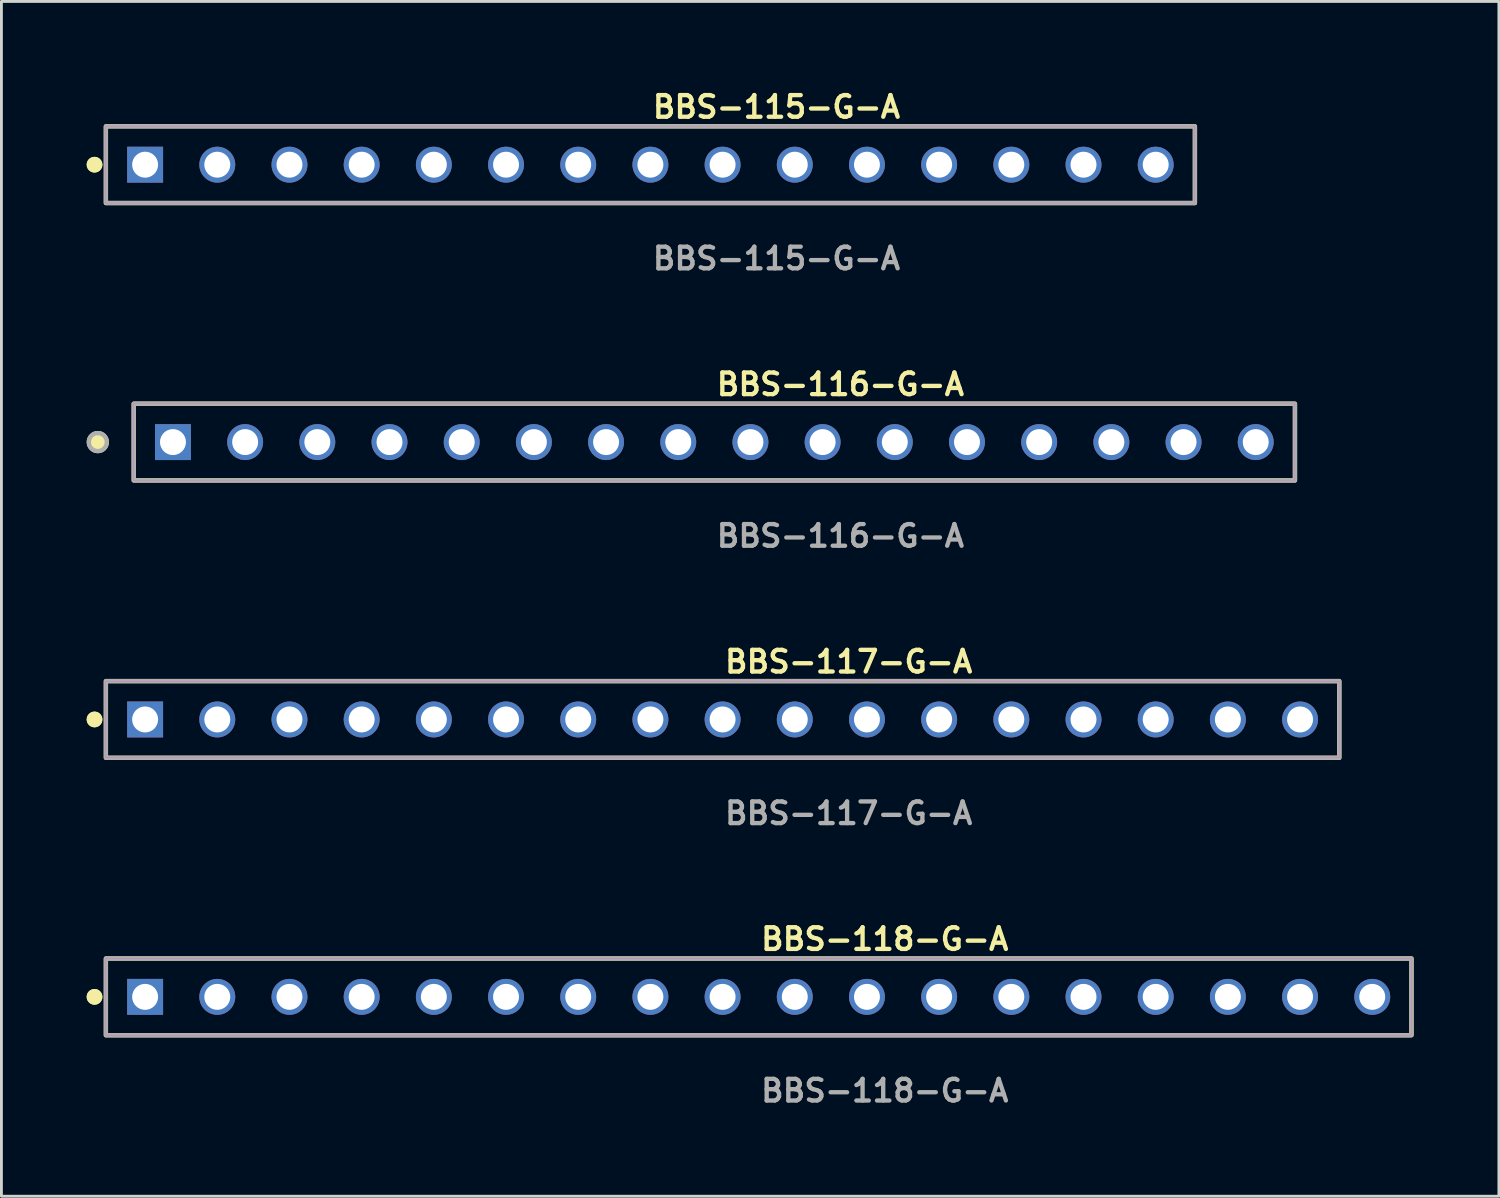
<source format=kicad_pcb>
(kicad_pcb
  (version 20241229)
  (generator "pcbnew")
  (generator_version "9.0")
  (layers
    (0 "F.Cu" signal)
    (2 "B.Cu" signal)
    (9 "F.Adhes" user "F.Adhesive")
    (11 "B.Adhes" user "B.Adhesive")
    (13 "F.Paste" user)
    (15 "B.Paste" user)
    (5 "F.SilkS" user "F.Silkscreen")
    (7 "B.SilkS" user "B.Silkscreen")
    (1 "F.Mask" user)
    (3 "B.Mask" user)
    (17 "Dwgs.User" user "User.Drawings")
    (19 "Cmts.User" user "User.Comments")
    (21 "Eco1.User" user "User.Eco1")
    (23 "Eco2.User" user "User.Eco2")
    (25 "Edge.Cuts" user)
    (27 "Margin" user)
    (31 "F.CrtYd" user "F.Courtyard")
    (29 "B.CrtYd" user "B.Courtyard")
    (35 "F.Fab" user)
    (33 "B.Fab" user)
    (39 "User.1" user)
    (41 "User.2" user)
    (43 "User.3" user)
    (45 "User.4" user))
  (footprint "BBS-118-G-A"
    (layer "F.Cu")
    (at 23.646 32.027)
    (property "Reference" "BBS-118-G-A" (at 0 -2.032 0) (unlocked yes) (layer "F.SilkS") (effects (font (size 0.762 0.762) (thickness 0.152)) (justify left)))
    (fp_rect (start -22.97 1.35) (end 22.97 -1.35) (stroke (width 0.152) (type solid)) (fill no) (layer "F.SilkS"))
    (fp_circle (center -23.37 0) (end -23.57 0) (stroke (width 0.152) (type solid)) (fill yes) (layer "F.SilkS"))
    (fp_circle (center -23.37 0) (end -23.57 0) (stroke (width 0.152) (type solid)) (fill yes) (layer "F.SilkS"))
    (fp_rect (start -22.97 1.35) (end 22.97 -1.35) (stroke (width 0.006) (type solid)) (fill no) (layer "F.CrtYd"))
    (fp_rect (start -22.97 1.35) (end 22.97 -1.35) (stroke (width 0.152) (type solid)) (fill no) (layer "F.Fab"))
    (fp_text user "${REFERENCE}" (at 0 3.302 0) (unlocked yes) (layer "F.Fab") (effects (font (size 0.762 0.762) (thickness 0.152)) (justify left)))
    (pad "1" thru_hole rect (at -21.59 0) (size 1.264 1.264) (drill 0.914) (layers "*.Cu" "*.Mask"))
    (pad "2" thru_hole circle (at -19.05 0) (size 1.264 1.264) (drill 0.914) (layers "*.Cu" "*.Mask"))
    (pad "3" thru_hole circle (at -16.51 0) (size 1.264 1.264) (drill 0.914) (layers "*.Cu" "*.Mask"))
    (pad "4" thru_hole circle (at -13.97 0) (size 1.264 1.264) (drill 0.914) (layers "*.Cu" "*.Mask"))
    (pad "5" thru_hole circle (at -11.43 0) (size 1.264 1.264) (drill 0.914) (layers "*.Cu" "*.Mask"))
    (pad "6" thru_hole circle (at -8.89 0) (size 1.264 1.264) (drill 0.914) (layers "*.Cu" "*.Mask"))
    (pad "7" thru_hole circle (at -6.35 0) (size 1.264 1.264) (drill 0.914) (layers "*.Cu" "*.Mask"))
    (pad "8" thru_hole circle (at -3.81 0) (size 1.264 1.264) (drill 0.914) (layers "*.Cu" "*.Mask"))
    (pad "9" thru_hole circle (at -1.27 0) (size 1.264 1.264) (drill 0.914) (layers "*.Cu" "*.Mask"))
    (pad "10" thru_hole circle (at 1.27 0) (size 1.264 1.264) (drill 0.914) (layers "*.Cu" "*.Mask"))
    (pad "11" thru_hole circle (at 3.81 0) (size 1.264 1.264) (drill 0.914) (layers "*.Cu" "*.Mask"))
    (pad "12" thru_hole circle (at 6.35 0) (size 1.264 1.264) (drill 0.914) (layers "*.Cu" "*.Mask"))
    (pad "13" thru_hole circle (at 8.89 0) (size 1.264 1.264) (drill 0.914) (layers "*.Cu" "*.Mask"))
    (pad "14" thru_hole circle (at 11.43 0) (size 1.264 1.264) (drill 0.914) (layers "*.Cu" "*.Mask"))
    (pad "15" thru_hole circle (at 13.97 0) (size 1.264 1.264) (drill 0.914) (layers "*.Cu" "*.Mask"))
    (pad "16" thru_hole circle (at 16.51 0) (size 1.264 1.264) (drill 0.914) (layers "*.Cu" "*.Mask"))
    (pad "17" thru_hole circle (at 19.05 0) (size 1.264 1.264) (drill 0.914) (layers "*.Cu" "*.Mask"))
    (pad "18" thru_hole circle (at 21.59 0) (size 1.264 1.264) (drill 0.914) (layers "*.Cu" "*.Mask")))
  (footprint "BBS-116-G-A"
    (layer "F.Cu")
    (at 22.086 12.506)
    (property "Reference" "BBS-116-G-A" (at 0 -2.032 0) (unlocked yes) (layer "F.SilkS") (effects (font (size 0.762 0.762) (thickness 0.152)) (justify left)))
    (fp_rect (start -20.43 1.35) (end 20.43 -1.35) (stroke (width 0.152) (type solid)) (fill no) (layer "F.SilkS"))
    (fp_circle (center -21.694 0) (end -22.01 0) (stroke (width 0.152) (type solid)) (fill yes) (layer "F.SilkS"))
    (fp_rect (start -20.43 1.35) (end 20.43 -1.35) (stroke (width 0.006) (type solid)) (fill no) (layer "F.CrtYd"))
    (fp_rect (start -20.43 1.35) (end 20.43 -1.35) (stroke (width 0.152) (type solid)) (fill no) (layer "F.Fab"))
    (fp_circle (center -21.694 0) (end -22.01 0) (stroke (width 0.152) (type solid)) (fill no) (layer "F.Fab"))
    (fp_text user "${REFERENCE}" (at 0 3.302 0) (unlocked yes) (layer "F.Fab") (effects (font (size 0.762 0.762) (thickness 0.152)) (justify left)))
    (pad "1" thru_hole rect (at -19.05 0) (size 1.264 1.264) (drill 0.914) (layers "*.Cu" "*.Mask"))
    (pad "2" thru_hole circle (at -16.51 0) (size 1.264 1.264) (drill 0.914) (layers "*.Cu" "*.Mask"))
    (pad "3" thru_hole circle (at -13.97 0) (size 1.264 1.264) (drill 0.914) (layers "*.Cu" "*.Mask"))
    (pad "4" thru_hole circle (at -11.43 0) (size 1.264 1.264) (drill 0.914) (layers "*.Cu" "*.Mask"))
    (pad "5" thru_hole circle (at -8.89 0) (size 1.264 1.264) (drill 0.914) (layers "*.Cu" "*.Mask"))
    (pad "6" thru_hole circle (at -6.35 0) (size 1.264 1.264) (drill 0.914) (layers "*.Cu" "*.Mask"))
    (pad "7" thru_hole circle (at -3.81 0) (size 1.264 1.264) (drill 0.914) (layers "*.Cu" "*.Mask"))
    (pad "8" thru_hole circle (at -1.27 0) (size 1.264 1.264) (drill 0.914) (layers "*.Cu" "*.Mask"))
    (pad "9" thru_hole circle (at 1.27 0) (size 1.264 1.264) (drill 0.914) (layers "*.Cu" "*.Mask"))
    (pad "10" thru_hole circle (at 3.81 0) (size 1.264 1.264) (drill 0.914) (layers "*.Cu" "*.Mask"))
    (pad "11" thru_hole circle (at 6.35 0) (size 1.264 1.264) (drill 0.914) (layers "*.Cu" "*.Mask"))
    (pad "12" thru_hole circle (at 8.89 0) (size 1.264 1.264) (drill 0.914) (layers "*.Cu" "*.Mask"))
    (pad "13" thru_hole circle (at 11.43 0) (size 1.264 1.264) (drill 0.914) (layers "*.Cu" "*.Mask"))
    (pad "14" thru_hole circle (at 13.97 0) (size 1.264 1.264) (drill 0.914) (layers "*.Cu" "*.Mask"))
    (pad "15" thru_hole circle (at 16.51 0) (size 1.264 1.264) (drill 0.914) (layers "*.Cu" "*.Mask"))
    (pad "16" thru_hole circle (at 19.05 0) (size 1.264 1.264) (drill 0.914) (layers "*.Cu" "*.Mask")))
  (footprint "BBS-117-G-A"
    (layer "F.Cu")
    (at 22.376 22.266)
    (property "Reference" "BBS-117-G-A" (at 0 -2.032 0) (unlocked yes) (layer "F.SilkS") (effects (font (size 0.762 0.762) (thickness 0.152)) (justify left)))
    (fp_rect (start -21.7 1.35) (end 21.7 -1.35) (stroke (width 0.152) (type solid)) (fill no) (layer "F.SilkS"))
    (fp_circle (center -22.1 0) (end -22.3 0) (stroke (width 0.152) (type solid)) (fill yes) (layer "F.SilkS"))
    (fp_circle (center -22.1 0) (end -22.3 0) (stroke (width 0.152) (type solid)) (fill yes) (layer "F.SilkS"))
    (fp_rect (start -21.7 1.35) (end 21.7 -1.35) (stroke (width 0.006) (type solid)) (fill no) (layer "F.CrtYd"))
    (fp_rect (start -21.7 1.35) (end 21.7 -1.35) (stroke (width 0.152) (type solid)) (fill no) (layer "F.Fab"))
    (fp_text user "${REFERENCE}" (at 0 3.302 0) (unlocked yes) (layer "F.Fab") (effects (font (size 0.762 0.762) (thickness 0.152)) (justify left)))
    (pad "1" thru_hole rect (at -20.32 0) (size 1.264 1.264) (drill 0.914) (layers "*.Cu" "*.Mask"))
    (pad "2" thru_hole circle (at -17.78 0) (size 1.264 1.264) (drill 0.914) (layers "*.Cu" "*.Mask"))
    (pad "3" thru_hole circle (at -15.24 0) (size 1.264 1.264) (drill 0.914) (layers "*.Cu" "*.Mask"))
    (pad "4" thru_hole circle (at -12.7 0) (size 1.264 1.264) (drill 0.914) (layers "*.Cu" "*.Mask"))
    (pad "5" thru_hole circle (at -10.16 0) (size 1.264 1.264) (drill 0.914) (layers "*.Cu" "*.Mask"))
    (pad "6" thru_hole circle (at -7.62 0) (size 1.264 1.264) (drill 0.914) (layers "*.Cu" "*.Mask"))
    (pad "7" thru_hole circle (at -5.08 0) (size 1.264 1.264) (drill 0.914) (layers "*.Cu" "*.Mask"))
    (pad "8" thru_hole circle (at -2.54 0) (size 1.264 1.264) (drill 0.914) (layers "*.Cu" "*.Mask"))
    (pad "9" thru_hole circle (at 0 0) (size 1.264 1.264) (drill 0.914) (layers "*.Cu" "*.Mask"))
    (pad "10" thru_hole circle (at 2.54 0) (size 1.264 1.264) (drill 0.914) (layers "*.Cu" "*.Mask"))
    (pad "11" thru_hole circle (at 5.08 0) (size 1.264 1.264) (drill 0.914) (layers "*.Cu" "*.Mask"))
    (pad "12" thru_hole circle (at 7.62 0) (size 1.264 1.264) (drill 0.914) (layers "*.Cu" "*.Mask"))
    (pad "13" thru_hole circle (at 10.16 0) (size 1.264 1.264) (drill 0.914) (layers "*.Cu" "*.Mask"))
    (pad "14" thru_hole circle (at 12.7 0) (size 1.264 1.264) (drill 0.914) (layers "*.Cu" "*.Mask"))
    (pad "15" thru_hole circle (at 15.24 0) (size 1.264 1.264) (drill 0.914) (layers "*.Cu" "*.Mask"))
    (pad "16" thru_hole circle (at 17.78 0) (size 1.264 1.264) (drill 0.914) (layers "*.Cu" "*.Mask"))
    (pad "17" thru_hole circle (at 20.32 0) (size 1.264 1.264) (drill 0.914) (layers "*.Cu" "*.Mask")))
  (footprint "BBS-115-G-A"
    (layer "F.Cu")
    (at 19.836 2.745)
    (property "Reference" "BBS-115-G-A" (at 0 -2.032 0) (unlocked yes) (layer "F.SilkS") (effects (font (size 0.762 0.762) (thickness 0.152)) (justify left)))
    (fp_rect (start -19.16 1.35) (end 19.16 -1.35) (stroke (width 0.152) (type solid)) (fill no) (layer "F.SilkS"))
    (fp_circle (center -19.56 0) (end -19.76 0) (stroke (width 0.152) (type solid)) (fill yes) (layer "F.SilkS"))
    (fp_circle (center -19.56 0) (end -19.76 0) (stroke (width 0.152) (type solid)) (fill yes) (layer "F.SilkS"))
    (fp_rect (start -19.16 1.35) (end 19.16 -1.35) (stroke (width 0.006) (type solid)) (fill no) (layer "F.CrtYd"))
    (fp_rect (start -19.16 1.35) (end 19.16 -1.35) (stroke (width 0.152) (type solid)) (fill no) (layer "F.Fab"))
    (fp_text user "${REFERENCE}" (at 0 3.302 0) (unlocked yes) (layer "F.Fab") (effects (font (size 0.762 0.762) (thickness 0.152)) (justify left)))
    (pad "1" thru_hole rect (at -17.78 0) (size 1.264 1.264) (drill 0.914) (layers "*.Cu" "*.Mask"))
    (pad "2" thru_hole circle (at -15.24 0) (size 1.264 1.264) (drill 0.914) (layers "*.Cu" "*.Mask"))
    (pad "3" thru_hole circle (at -12.7 0) (size 1.264 1.264) (drill 0.914) (layers "*.Cu" "*.Mask"))
    (pad "4" thru_hole circle (at -10.16 0) (size 1.264 1.264) (drill 0.914) (layers "*.Cu" "*.Mask"))
    (pad "5" thru_hole circle (at -7.62 0) (size 1.264 1.264) (drill 0.914) (layers "*.Cu" "*.Mask"))
    (pad "6" thru_hole circle (at -5.08 0) (size 1.264 1.264) (drill 0.914) (layers "*.Cu" "*.Mask"))
    (pad "7" thru_hole circle (at -2.54 0) (size 1.264 1.264) (drill 0.914) (layers "*.Cu" "*.Mask"))
    (pad "8" thru_hole circle (at 0 0) (size 1.264 1.264) (drill 0.914) (layers "*.Cu" "*.Mask"))
    (pad "9" thru_hole circle (at 2.54 0) (size 1.264 1.264) (drill 0.914) (layers "*.Cu" "*.Mask"))
    (pad "10" thru_hole circle (at 5.08 0) (size 1.264 1.264) (drill 0.914) (layers "*.Cu" "*.Mask"))
    (pad "11" thru_hole circle (at 7.62 0) (size 1.264 1.264) (drill 0.914) (layers "*.Cu" "*.Mask"))
    (pad "12" thru_hole circle (at 10.16 0) (size 1.264 1.264) (drill 0.914) (layers "*.Cu" "*.Mask"))
    (pad "13" thru_hole circle (at 12.7 0) (size 1.264 1.264) (drill 0.914) (layers "*.Cu" "*.Mask"))
    (pad "14" thru_hole circle (at 15.24 0) (size 1.264 1.264) (drill 0.914) (layers "*.Cu" "*.Mask"))
    (pad "15" thru_hole circle (at 17.78 0) (size 1.264 1.264) (drill 0.914) (layers "*.Cu" "*.Mask")))
  (gr_rect
    (start -3 -3)
    (end 49.692 39.042)
    (stroke (width 0.1) (type default))
    (fill no)
    (layer "Edge.Cuts")))
</source>
